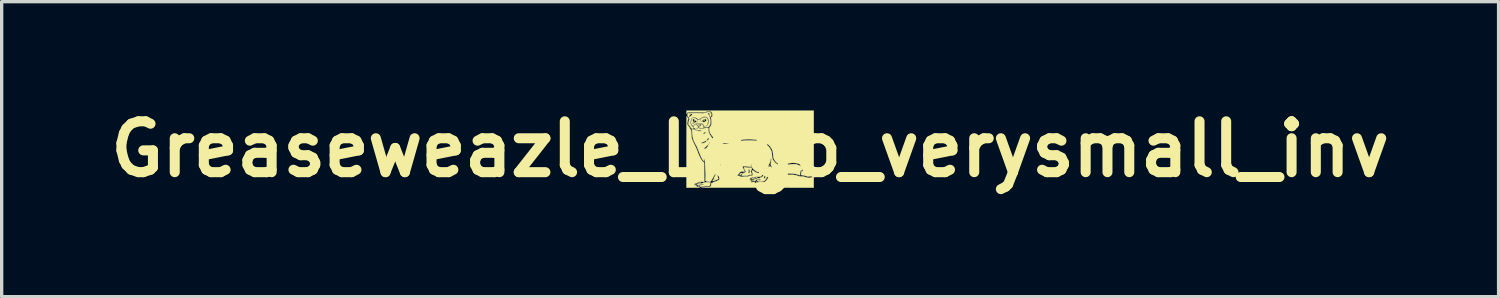
<source format=kicad_pcb>
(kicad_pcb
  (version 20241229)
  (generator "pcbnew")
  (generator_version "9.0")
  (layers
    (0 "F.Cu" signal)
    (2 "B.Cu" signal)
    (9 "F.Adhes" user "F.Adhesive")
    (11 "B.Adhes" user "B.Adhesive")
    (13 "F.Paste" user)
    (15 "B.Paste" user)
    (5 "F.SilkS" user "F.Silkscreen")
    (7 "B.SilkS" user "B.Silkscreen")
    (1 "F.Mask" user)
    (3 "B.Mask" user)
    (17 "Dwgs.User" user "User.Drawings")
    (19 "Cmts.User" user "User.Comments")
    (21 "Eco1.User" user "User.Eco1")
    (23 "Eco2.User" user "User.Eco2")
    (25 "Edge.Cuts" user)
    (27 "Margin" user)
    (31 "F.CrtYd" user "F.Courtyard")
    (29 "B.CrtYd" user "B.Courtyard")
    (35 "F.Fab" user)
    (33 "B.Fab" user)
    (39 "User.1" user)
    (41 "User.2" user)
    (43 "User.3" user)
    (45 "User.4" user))
  (footprint "Greaseweazle_Logo_verysmall_inv"
    (layer "F.Cu")
    (at 19.42 1.418)
    (property "Reference" "Greaseweazle_Logo_verysmall_inv" (at 0 0 0) (layer "F.SilkS") (effects (font (size 1.524 1.524) (thickness 0.3))))
    (attr through_hole)
    (fp_poly (pts (xy 0.188 0.957) (xy 0.192 0.961) (xy 0.191 0.964) (xy 0.188 0.967) (xy 0.179 0.968) (xy 0.173 0.966) (xy 0.171 0.962) (xy 0.173 0.957) (xy 0.179 0.956) (xy 0.181 0.956) (xy 0.188 0.957)) (stroke (width 0.01) (type solid)) (fill yes) (layer "F.SilkS"))
    (fp_poly (pts (xy -0.263 0.798) (xy -0.26 0.802) (xy -0.263 0.806) (xy -0.267 0.808) (xy -0.275 0.809) (xy -0.279 0.808) (xy -0.279 0.804) (xy -0.279 0.803) (xy -0.278 0.799) (xy -0.272 0.797) (xy -0.27 0.797) (xy -0.263 0.798)) (stroke (width 0.01) (type solid)) (fill yes) (layer "F.SilkS"))
    (fp_poly (pts (xy 0.082 0.943) (xy 0.086 0.949) (xy 0.086 0.951) (xy 0.083 0.953) (xy 0.074 0.957) (xy 0.064 0.96) (xy 0.059 0.961) (xy 0.058 0.959) (xy 0.059 0.954) (xy 0.063 0.945) (xy 0.069 0.94) (xy 0.075 0.94) (xy 0.082 0.943)) (stroke (width 0.01) (type solid)) (fill yes) (layer "F.SilkS"))
    (fp_poly (pts (xy -1.369 -0.863) (xy -1.365 -0.86) (xy -1.365 -0.859) (xy -1.368 -0.854) (xy -1.374 -0.85) (xy -1.381 -0.847) (xy -1.387 -0.847) (xy -1.39 -0.851) (xy -1.391 -0.856) (xy -1.39 -0.861) (xy -1.387 -0.863) (xy -1.379 -0.864) (xy -1.378 -0.864) (xy -1.369 -0.863)) (stroke (width 0.01) (type solid)) (fill yes) (layer "F.SilkS"))
    (fp_poly (pts (xy -1.668 -0.85) (xy -1.661 -0.848) (xy -1.657 -0.845) (xy -1.657 -0.844) (xy -1.661 -0.841) (xy -1.668 -0.838) (xy -1.669 -0.837) (xy -1.676 -0.834) (xy -1.681 -0.835) (xy -1.684 -0.836) (xy -1.689 -0.842) (xy -1.688 -0.847) (xy -1.682 -0.85) (xy -1.677 -0.851) (xy -1.668 -0.85)) (stroke (width 0.01) (type solid)) (fill yes) (layer "F.SilkS"))
    (fp_poly (pts (xy -1.611 1.04) (xy -1.61 1.047) (xy -1.61 1.048) (xy -1.61 1.054) (xy -1.613 1.057) (xy -1.62 1.057) (xy -1.622 1.057) (xy -1.63 1.057) (xy -1.635 1.055) (xy -1.635 1.055) (xy -1.633 1.05) (xy -1.627 1.044) (xy -1.62 1.04) (xy -1.615 1.038) (xy -1.611 1.04)) (stroke (width 0.01) (type solid)) (fill yes) (layer "F.SilkS"))
    (fp_poly (pts (xy -1.492 1.002) (xy -1.484 1.004) (xy -1.477 1.006) (xy -1.476 1.009) (xy -1.481 1.011) (xy -1.493 1.013) (xy -1.503 1.014) (xy -1.514 1.014) (xy -1.52 1.014) (xy -1.523 1.013) (xy -1.524 1.01) (xy -1.521 1.006) (xy -1.514 1.003) (xy -1.503 1.002) (xy -1.492 1.002)) (stroke (width 0.01) (type solid)) (fill yes) (layer "F.SilkS"))
    (fp_poly (pts (xy -0.322 0.761) (xy -0.319 0.766) (xy -0.318 0.769) (xy -0.318 0.776) (xy -0.322 0.778) (xy -0.323 0.778) (xy -0.331 0.778) (xy -0.34 0.78) (xy -0.347 0.781) (xy -0.349 0.779) (xy -0.348 0.774) (xy -0.348 0.774) (xy -0.343 0.764) (xy -0.337 0.76) (xy -0.329 0.759) (xy -0.322 0.761)) (stroke (width 0.01) (type solid)) (fill yes) (layer "F.SilkS"))
    (fp_poly (pts (xy 0.037 0.883) (xy 0.036 0.889) (xy 0.036 0.891) (xy 0.035 0.9) (xy 0.033 0.904) (xy 0.029 0.906) (xy 0.022 0.907) (xy 0.015 0.908) (xy 0.013 0.906) (xy 0.014 0.901) (xy 0.014 0.9) (xy 0.019 0.889) (xy 0.026 0.883) (xy 0.031 0.881) (xy 0.035 0.88) (xy 0.037 0.883)) (stroke (width 0.01) (type solid)) (fill yes) (layer "F.SilkS"))
    (fp_poly (pts (xy -1.515 1.09) (xy -1.515 1.094) (xy -1.518 1.1) (xy -1.523 1.107) (xy -1.528 1.112) (xy -1.53 1.112) (xy -1.536 1.114) (xy -1.546 1.115) (xy -1.553 1.116) (xy -1.564 1.117) (xy -1.57 1.117) (xy -1.572 1.115) (xy -1.572 1.114) (xy -1.57 1.107) (xy -1.563 1.101) (xy -1.551 1.097) (xy -1.54 1.094) (xy -1.529 1.092) (xy -1.52 1.09) (xy -1.516 1.09) (xy -1.515 1.09)) (stroke (width 0.01) (type solid)) (fill yes) (layer "F.SilkS"))
    (fp_poly (pts (xy -0.23 0.716) (xy -0.229 0.717) (xy -0.211 0.719) (xy -0.226 0.724) (xy -0.238 0.731) (xy -0.251 0.74) (xy -0.262 0.751) (xy -0.271 0.762) (xy -0.273 0.768) (xy -0.277 0.775) (xy -0.283 0.778) (xy -0.286 0.778) (xy -0.293 0.776) (xy -0.296 0.771) (xy -0.299 0.755) (xy -0.297 0.74) (xy -0.292 0.728) (xy -0.285 0.721) (xy -0.276 0.718) (xy -0.262 0.716) (xy -0.246 0.715) (xy -0.23 0.716)) (stroke (width 0.01) (type solid)) (fill yes) (layer "F.SilkS"))
    (fp_poly (pts (xy -1.581 -0.744) (xy -1.568 -0.744) (xy -1.553 -0.744) (xy -1.541 -0.744) (xy -1.522 -0.743) (xy -1.508 -0.743) (xy -1.499 -0.742) (xy -1.493 -0.741) (xy -1.49 -0.74) (xy -1.489 -0.738) (xy -1.489 -0.735) (xy -1.492 -0.726) (xy -1.5 -0.718) (xy -1.513 -0.71) (xy -1.528 -0.705) (xy -1.54 -0.704) (xy -1.551 -0.703) (xy -1.559 -0.703) (xy -1.565 -0.706) (xy -1.573 -0.711) (xy -1.575 -0.713) (xy -1.586 -0.723) (xy -1.591 -0.732) (xy -1.592 -0.734) (xy -1.593 -0.741) (xy -1.593 -0.744) (xy -1.593 -0.744) (xy -1.59 -0.744) (xy -1.581 -0.744)) (stroke (width 0.01) (type solid)) (fill yes) (layer "F.SilkS"))
    (fp_poly (pts (xy 0.215 0.843) (xy 0.215 0.846) (xy 0.212 0.851) (xy 0.203 0.856) (xy 0.19 0.861) (xy 0.175 0.866) (xy 0.159 0.871) (xy 0.143 0.874) (xy 0.128 0.876) (xy 0.123 0.876) (xy 0.107 0.878) (xy 0.091 0.885) (xy 0.073 0.897) (xy 0.064 0.903) (xy 0.06 0.904) (xy 0.058 0.902) (xy 0.059 0.896) (xy 0.065 0.878) (xy 0.073 0.865) (xy 0.083 0.858) (xy 0.091 0.855) (xy 0.099 0.855) (xy 0.111 0.855) (xy 0.125 0.857) (xy 0.129 0.857) (xy 0.142 0.859) (xy 0.151 0.86) (xy 0.158 0.859) (xy 0.166 0.857) (xy 0.175 0.853) (xy 0.187 0.848) (xy 0.198 0.844) (xy 0.205 0.842) (xy 0.213 0.842) (xy 0.215 0.843)) (stroke (width 0.01) (type solid)) (fill yes) (layer "F.SilkS"))
    (fp_poly (pts (xy -1.001 0.72) (xy -0.999 0.728) (xy -0.997 0.734) (xy -0.995 0.743) (xy -0.991 0.757) (xy -0.986 0.773) (xy -0.98 0.791) (xy -0.978 0.799) (xy -0.971 0.82) (xy -0.965 0.84) (xy -0.96 0.858) (xy -0.956 0.873) (xy -0.953 0.884) (xy -0.953 0.89) (xy -0.955 0.892) (xy -0.957 0.892) (xy -0.962 0.895) (xy -0.966 0.899) (xy -0.97 0.902) (xy -0.98 0.908) (xy -0.994 0.914) (xy -1.01 0.922) (xy -1.029 0.929) (xy -1.048 0.937) (xy -1.066 0.944) (xy -1.084 0.949) (xy -1.099 0.954) (xy -1.11 0.957) (xy -1.11 0.957) (xy -1.117 0.958) (xy -1.12 0.956) (xy -1.121 0.95) (xy -1.119 0.942) (xy -1.116 0.932) (xy -1.112 0.924) (xy -1.103 0.906) (xy -1.08 0.907) (xy -1.069 0.906) (xy -1.061 0.906) (xy -1.057 0.904) (xy -1.057 0.904) (xy -1.06 0.899) (xy -1.066 0.893) (xy -1.074 0.888) (xy -1.081 0.886) (xy -1.081 0.886) (xy -1.085 0.886) (xy -1.089 0.885) (xy -1.09 0.882) (xy -1.09 0.878) (xy -1.087 0.871) (xy -1.083 0.861) (xy -1.076 0.847) (xy -1.066 0.829) (xy -1.053 0.807) (xy -1.048 0.797) (xy -1.038 0.78) (xy -1.029 0.763) (xy -1.021 0.749) (xy -1.015 0.738) (xy -1.012 0.733) (xy -1.008 0.724) (xy -1.004 0.719) (xy -1.003 0.718) (xy -1.001 0.72)) (stroke (width 0.01) (type solid)) (fill yes) (layer "F.SilkS"))
    (fp_poly (pts (xy 1.628 0.549) (xy 1.637 0.558) (xy 1.649 0.571) (xy 1.652 0.576) (xy 1.665 0.591) (xy 1.676 0.603) (xy 1.687 0.612) (xy 1.698 0.619) (xy 1.7 0.62) (xy 1.719 0.633) (xy 1.737 0.649) (xy 1.756 0.668) (xy 1.775 0.692) (xy 1.796 0.721) (xy 1.805 0.735) (xy 1.816 0.752) (xy 1.826 0.767) (xy 1.834 0.78) (xy 1.839 0.789) (xy 1.841 0.795) (xy 1.841 0.795) (xy 1.838 0.8) (xy 1.83 0.805) (xy 1.816 0.81) (xy 1.797 0.814) (xy 1.774 0.817) (xy 1.759 0.818) (xy 1.746 0.819) (xy 1.734 0.82) (xy 1.727 0.82) (xy 1.726 0.82) (xy 1.72 0.818) (xy 1.71 0.816) (xy 1.697 0.812) (xy 1.681 0.807) (xy 1.674 0.805) (xy 1.643 0.796) (xy 1.615 0.788) (xy 1.589 0.783) (xy 1.567 0.779) (xy 1.551 0.778) (xy 1.55 0.778) (xy 1.533 0.778) (xy 1.527 0.763) (xy 1.523 0.754) (xy 1.522 0.749) (xy 1.523 0.744) (xy 1.526 0.738) (xy 1.529 0.732) (xy 1.531 0.724) (xy 1.531 0.713) (xy 1.531 0.701) (xy 1.53 0.674) (xy 1.546 0.668) (xy 1.56 0.662) (xy 1.571 0.653) (xy 1.571 0.652) (xy 1.576 0.646) (xy 1.58 0.64) (xy 1.582 0.632) (xy 1.584 0.621) (xy 1.586 0.61) (xy 1.589 0.6) (xy 1.593 0.594) (xy 1.599 0.59) (xy 1.609 0.583) (xy 1.614 0.575) (xy 1.616 0.564) (xy 1.616 0.557) (xy 1.617 0.549) (xy 1.619 0.544) (xy 1.622 0.544) (xy 1.628 0.549)) (stroke (width 0.01) (type solid)) (fill yes) (layer "F.SilkS"))
    (fp_poly (pts (xy -1.298 0.991) (xy -1.275 0.992) (xy -1.267 0.992) (xy -1.246 0.992) (xy -1.228 0.993) (xy -1.212 0.993) (xy -1.2 0.994) (xy -1.193 0.994) (xy -1.192 0.995) (xy -1.192 0.998) (xy -1.192 1.007) (xy -1.193 1.019) (xy -1.194 1.03) (xy -1.197 1.057) (xy -1.203 1.077) (xy -1.211 1.093) (xy -1.221 1.103) (xy -1.234 1.108) (xy -1.251 1.109) (xy -1.272 1.105) (xy -1.279 1.103) (xy -1.299 1.098) (xy -1.323 1.106) (xy -1.336 1.111) (xy -1.349 1.113) (xy -1.363 1.116) (xy -1.381 1.117) (xy -1.391 1.118) (xy -1.41 1.119) (xy -1.431 1.121) (xy -1.451 1.123) (xy -1.466 1.125) (xy -1.479 1.126) (xy -1.491 1.128) (xy -1.499 1.128) (xy -1.501 1.128) (xy -1.505 1.124) (xy -1.505 1.118) (xy -1.502 1.111) (xy -1.499 1.108) (xy -1.495 1.105) (xy -1.493 1.098) (xy -1.492 1.089) (xy -1.492 1.073) (xy -1.472 1.075) (xy -1.457 1.075) (xy -1.441 1.074) (xy -1.426 1.072) (xy -1.413 1.069) (xy -1.405 1.065) (xy -1.404 1.064) (xy -1.397 1.058) (xy -1.392 1.055) (xy -1.388 1.052) (xy -1.389 1.049) (xy -1.392 1.047) (xy -1.396 1.044) (xy -1.401 1.044) (xy -1.41 1.046) (xy -1.412 1.047) (xy -1.422 1.049) (xy -1.436 1.051) (xy -1.451 1.053) (xy -1.46 1.054) (xy -1.48 1.056) (xy -1.495 1.059) (xy -1.509 1.063) (xy -1.514 1.065) (xy -1.542 1.074) (xy -1.558 1.076) (xy -1.581 1.077) (xy -1.581 1.061) (xy -1.58 1.049) (xy -1.577 1.041) (xy -1.574 1.037) (xy -1.571 1.035) (xy -1.568 1.033) (xy -1.564 1.031) (xy -1.558 1.03) (xy -1.549 1.03) (xy -1.535 1.029) (xy -1.517 1.028) (xy -1.5 1.028) (xy -1.48 1.027) (xy -1.461 1.026) (xy -1.446 1.025) (xy -1.435 1.025) (xy -1.428 1.024) (xy -1.428 1.024) (xy -1.422 1.019) (xy -1.417 1.012) (xy -1.412 1.006) (xy -1.405 1.003) (xy -1.402 1.003) (xy -1.394 1.003) (xy -1.382 1) (xy -1.369 0.997) (xy -1.367 0.997) (xy -1.358 0.995) (xy -1.349 0.993) (xy -1.34 0.992) (xy -1.329 0.992) (xy -1.316 0.991) (xy -1.298 0.991)) (stroke (width 0.01) (type solid)) (fill yes) (layer "F.SilkS"))
    (fp_poly (pts (xy -0.159 0.54) (xy -0.147 0.542) (xy -0.131 0.544) (xy -0.116 0.547) (xy -0.095 0.55) (xy -0.07 0.552) (xy -0.045 0.553) (xy -0.02 0.554) (xy 0.002 0.553) (xy 0.02 0.552) (xy 0.024 0.552) (xy 0.04 0.549) (xy 0.047 0.571) (xy 0.051 0.586) (xy 0.052 0.596) (xy 0.05 0.605) (xy 0.045 0.614) (xy 0.044 0.616) (xy 0.04 0.623) (xy 0.035 0.634) (xy 0.03 0.647) (xy 0.029 0.65) (xy 0.019 0.675) (xy 0.032 0.7) (xy 0.039 0.716) (xy 0.044 0.729) (xy 0.045 0.741) (xy 0.046 0.742) (xy 0.045 0.753) (xy 0.043 0.76) (xy 0.039 0.765) (xy 0.03 0.768) (xy 0.017 0.769) (xy 0.004 0.769) (xy -0.01 0.77) (xy -0.021 0.771) (xy -0.03 0.773) (xy -0.04 0.776) (xy -0.053 0.782) (xy -0.059 0.785) (xy -0.074 0.791) (xy -0.084 0.795) (xy -0.091 0.797) (xy -0.097 0.798) (xy -0.104 0.797) (xy -0.109 0.796) (xy -0.12 0.795) (xy -0.135 0.795) (xy -0.155 0.795) (xy -0.176 0.796) (xy -0.198 0.797) (xy -0.216 0.799) (xy -0.227 0.8) (xy -0.233 0.799) (xy -0.237 0.797) (xy -0.239 0.793) (xy -0.244 0.783) (xy -0.244 0.771) (xy -0.242 0.761) (xy -0.238 0.756) (xy -0.232 0.752) (xy -0.222 0.747) (xy -0.21 0.743) (xy -0.205 0.741) (xy -0.189 0.736) (xy -0.178 0.731) (xy -0.174 0.727) (xy -0.175 0.724) (xy -0.18 0.723) (xy -0.19 0.722) (xy -0.199 0.723) (xy -0.206 0.724) (xy -0.209 0.722) (xy -0.21 0.718) (xy -0.209 0.715) (xy -0.206 0.713) (xy -0.199 0.712) (xy -0.188 0.71) (xy -0.186 0.71) (xy -0.167 0.708) (xy -0.164 0.707) (xy -0.054 0.707) (xy -0.051 0.715) (xy -0.05 0.717) (xy -0.044 0.719) (xy -0.036 0.72) (xy -0.035 0.72) (xy -0.029 0.719) (xy -0.025 0.717) (xy -0.021 0.711) (xy -0.017 0.701) (xy -0.017 0.7) (xy -0.012 0.683) (xy -0.01 0.667) (xy -0.012 0.649) (xy -0.017 0.629) (xy -0.017 0.627) (xy -0.024 0.602) (xy -0.035 0.603) (xy -0.043 0.604) (xy -0.047 0.605) (xy -0.047 0.605) (xy -0.047 0.608) (xy -0.047 0.616) (xy -0.046 0.628) (xy -0.045 0.635) (xy -0.044 0.651) (xy -0.044 0.662) (xy -0.045 0.671) (xy -0.048 0.679) (xy -0.048 0.68) (xy -0.053 0.694) (xy -0.054 0.707) (xy -0.164 0.707) (xy -0.152 0.703) (xy -0.142 0.695) (xy -0.136 0.688) (xy -0.132 0.678) (xy -0.131 0.668) (xy -0.134 0.658) (xy -0.142 0.646) (xy -0.145 0.641) (xy -0.153 0.63) (xy -0.16 0.619) (xy -0.165 0.611) (xy -0.165 0.61) (xy -0.169 0.603) (xy -0.173 0.6) (xy -0.173 0.6) (xy -0.176 0.597) (xy -0.178 0.589) (xy -0.18 0.577) (xy -0.181 0.563) (xy -0.181 0.553) (xy -0.181 0.54) (xy -0.168 0.54) (xy -0.159 0.54)) (stroke (width 0.01) (type solid)) (fill yes) (layer "F.SilkS"))
    (fp_poly (pts (xy -1.9 -0.984) (xy -1.9 -0.983) (xy -1.896 -0.972) (xy -1.891 -0.963) (xy -1.882 -0.955) (xy -1.879 -0.952) (xy -1.866 -0.939) (xy -1.857 -0.925) (xy -1.853 -0.911) (xy -1.853 -0.901) (xy -1.855 -0.892) (xy -1.86 -0.881) (xy -1.864 -0.873) (xy -1.869 -0.862) (xy -1.872 -0.851) (xy -1.873 -0.838) (xy -1.873 -0.834) (xy -1.875 -0.811) (xy -1.88 -0.793) (xy -1.884 -0.778) (xy -1.885 -0.765) (xy -1.884 -0.752) (xy -1.878 -0.738) (xy -1.87 -0.723) (xy -1.857 -0.705) (xy -1.846 -0.692) (xy -1.835 -0.678) (xy -1.825 -0.662) (xy -1.816 -0.648) (xy -1.811 -0.639) (xy -1.805 -0.628) (xy -1.801 -0.619) (xy -1.797 -0.615) (xy -1.797 -0.614) (xy -1.793 -0.609) (xy -1.787 -0.6) (xy -1.782 -0.587) (xy -1.776 -0.573) (xy -1.772 -0.559) (xy -1.772 -0.558) (xy -1.768 -0.544) (xy -1.766 -0.53) (xy -1.763 -0.514) (xy -1.761 -0.497) (xy -1.759 -0.475) (xy -1.758 -0.45) (xy -1.756 -0.419) (xy -1.755 -0.412) (xy -1.754 -0.389) (xy -1.753 -0.37) (xy -1.752 -0.356) (xy -1.751 -0.344) (xy -1.749 -0.335) (xy -1.747 -0.326) (xy -1.745 -0.317) (xy -1.741 -0.307) (xy -1.741 -0.306) (xy -1.734 -0.287) (xy -1.726 -0.267) (xy -1.716 -0.244) (xy -1.704 -0.218) (xy -1.691 -0.189) (xy -1.675 -0.156) (xy -1.656 -0.119) (xy -1.649 -0.104) (xy -1.635 -0.075) (xy -1.623 -0.05) (xy -1.613 -0.028) (xy -1.604 -0.008) (xy -1.595 0.013) (xy -1.586 0.036) (xy -1.577 0.061) (xy -1.573 0.072) (xy -1.551 0.131) (xy -1.529 0.184) (xy -1.507 0.232) (xy -1.485 0.274) (xy -1.464 0.31) (xy -1.443 0.34) (xy -1.422 0.364) (xy -1.403 0.381) (xy -1.398 0.384) (xy -1.394 0.386) (xy -1.391 0.389) (xy -1.388 0.392) (xy -1.386 0.396) (xy -1.384 0.401) (xy -1.382 0.408) (xy -1.381 0.417) (xy -1.379 0.429) (xy -1.379 0.443) (xy -1.378 0.461) (xy -1.377 0.482) (xy -1.377 0.507) (xy -1.377 0.537) (xy -1.376 0.572) (xy -1.376 0.612) (xy -1.376 0.657) (xy -1.376 0.686) (xy -1.376 0.727) (xy -1.375 0.766) (xy -1.375 0.804) (xy -1.375 0.838) (xy -1.374 0.87) (xy -1.374 0.898) (xy -1.373 0.921) (xy -1.373 0.94) (xy -1.372 0.955) (xy -1.372 0.963) (xy -1.372 0.966) (xy -1.37 0.971) (xy -1.373 0.974) (xy -1.379 0.976) (xy -1.381 0.976) (xy -1.387 0.977) (xy -1.399 0.977) (xy -1.415 0.977) (xy -1.434 0.978) (xy -1.454 0.978) (xy -1.457 0.978) (xy -1.521 0.978) (xy -1.554 0.995) (xy -1.575 1.006) (xy -1.592 1.013) (xy -1.609 1.017) (xy -1.612 1.018) (xy -1.625 1.021) (xy -1.637 1.024) (xy -1.645 1.028) (xy -1.646 1.028) (xy -1.656 1.037) (xy -1.664 1.05) (xy -1.667 1.065) (xy -1.667 1.067) (xy -1.666 1.075) (xy -1.663 1.079) (xy -1.657 1.081) (xy -1.646 1.082) (xy -1.637 1.083) (xy -1.622 1.085) (xy -1.611 1.091) (xy -1.604 1.102) (xy -1.599 1.117) (xy -1.595 1.13) (xy -1.588 1.137) (xy -1.577 1.14) (xy -1.571 1.14) (xy -1.562 1.14) (xy -1.55 1.142) (xy -1.537 1.144) (xy -1.525 1.146) (xy -1.514 1.148) (xy -1.507 1.15) (xy -1.506 1.151) (xy -1.508 1.151) (xy -1.517 1.151) (xy -1.531 1.152) (xy -1.55 1.152) (xy -1.572 1.152) (xy -1.599 1.152) (xy -1.629 1.152) (xy -1.661 1.152) (xy -1.696 1.153) (xy -1.704 1.153) (xy -1.905 1.153) (xy -1.905 0.075) (xy -1.905 -0.023) (xy -1.905 -0.116) (xy -1.905 -0.202) (xy -1.905 -0.283) (xy -1.904 -0.358) (xy -1.904 -0.428) (xy -1.904 -0.493) (xy -1.904 -0.552) (xy -1.904 -0.607) (xy -1.904 -0.657) (xy -1.904 -0.703) (xy -1.904 -0.744) (xy -1.904 -0.782) (xy -1.904 -0.815) (xy -1.904 -0.845) (xy -1.903 -0.871) (xy -1.903 -0.894) (xy -1.903 -0.914) (xy -1.903 -0.931) (xy -1.903 -0.946) (xy -1.902 -0.957) (xy -1.902 -0.967) (xy -1.902 -0.974) (xy -1.901 -0.979) (xy -1.901 -0.983) (xy -1.901 -0.984) (xy -1.9 -0.985) (xy -1.9 -0.984)) (stroke (width 0.01) (type solid)) (fill yes) (layer "F.SilkS"))
    (fp_poly (pts (xy -1.349 -0.952) (xy -1.336 -0.951) (xy -1.326 -0.949) (xy -1.318 -0.946) (xy -1.311 -0.941) (xy -1.293 -0.925) (xy -1.279 -0.904) (xy -1.269 -0.88) (xy -1.262 -0.852) (xy -1.261 -0.843) (xy -1.261 -0.829) (xy -1.262 -0.818) (xy -1.265 -0.805) (xy -1.268 -0.795) (xy -1.273 -0.78) (xy -1.277 -0.764) (xy -1.281 -0.75) (xy -1.281 -0.75) (xy -1.284 -0.739) (xy -1.288 -0.73) (xy -1.294 -0.722) (xy -1.303 -0.713) (xy -1.315 -0.702) (xy -1.324 -0.696) (xy -1.333 -0.694) (xy -1.344 -0.692) (xy -1.356 -0.689) (xy -1.358 -0.689) (xy -1.366 -0.687) (xy -1.372 -0.686) (xy -1.373 -0.686) (xy -1.375 -0.688) (xy -1.379 -0.695) (xy -1.384 -0.706) (xy -1.386 -0.709) (xy -1.399 -0.733) (xy -1.414 -0.751) (xy -1.429 -0.763) (xy -1.433 -0.766) (xy -1.444 -0.769) (xy -1.455 -0.771) (xy -1.464 -0.771) (xy -1.469 -0.769) (xy -1.47 -0.767) (xy -1.471 -0.764) (xy -1.476 -0.764) (xy -1.482 -0.765) (xy -1.491 -0.767) (xy -1.505 -0.768) (xy -1.523 -0.768) (xy -1.543 -0.768) (xy -1.563 -0.768) (xy -1.583 -0.767) (xy -1.602 -0.766) (xy -1.609 -0.765) (xy -1.635 -0.761) (xy -1.656 -0.754) (xy -1.671 -0.744) (xy -1.681 -0.732) (xy -1.685 -0.722) (xy -1.688 -0.713) (xy -1.693 -0.707) (xy -1.701 -0.702) (xy -1.704 -0.698) (xy -1.71 -0.693) (xy -1.713 -0.693) (xy -1.714 -0.698) (xy -1.713 -0.7) (xy -1.713 -0.706) (xy -1.716 -0.711) (xy -1.722 -0.714) (xy -1.73 -0.719) (xy -1.736 -0.721) (xy -1.737 -0.721) (xy -1.744 -0.724) (xy -1.75 -0.732) (xy -1.754 -0.744) (xy -1.754 -0.744) (xy -1.757 -0.755) (xy -1.762 -0.767) (xy -1.764 -0.772) (xy -1.771 -0.788) (xy -1.773 -0.8) (xy -1.727 -0.8) (xy -1.727 -0.792) (xy -1.726 -0.788) (xy -1.724 -0.777) (xy -1.718 -0.768) (xy -1.715 -0.764) (xy -1.707 -0.758) (xy -1.701 -0.756) (xy -1.695 -0.757) (xy -1.692 -0.759) (xy -1.687 -0.765) (xy -1.687 -0.772) (xy -1.691 -0.781) (xy -1.698 -0.79) (xy -1.708 -0.797) (xy -1.718 -0.802) (xy -1.724 -0.803) (xy -1.727 -0.8) (xy -1.773 -0.8) (xy -1.774 -0.802) (xy -1.772 -0.816) (xy -1.767 -0.832) (xy -1.766 -0.834) (xy -1.758 -0.857) (xy -1.756 -0.867) (xy -1.722 -0.867) (xy -1.721 -0.859) (xy -1.718 -0.853) (xy -1.714 -0.842) (xy -1.71 -0.829) (xy -1.71 -0.824) (xy -1.708 -0.814) (xy -1.704 -0.806) (xy -1.697 -0.8) (xy -1.696 -0.799) (xy -1.688 -0.794) (xy -1.679 -0.791) (xy -1.667 -0.791) (xy -1.657 -0.791) (xy -1.65 -0.793) (xy -1.645 -0.797) (xy -1.642 -0.8) (xy -1.633 -0.81) (xy -1.621 -0.804) (xy -1.613 -0.801) (xy -1.609 -0.801) (xy -1.606 -0.803) (xy -1.606 -0.803) (xy -1.604 -0.811) (xy -1.605 -0.821) (xy -1.609 -0.832) (xy -1.611 -0.837) (xy -1.617 -0.843) (xy -1.626 -0.851) (xy -1.632 -0.855) (xy -1.641 -0.86) (xy -1.646 -0.865) (xy -1.648 -0.867) (xy -1.651 -0.869) (xy -1.658 -0.871) (xy -1.665 -0.872) (xy -1.675 -0.873) (xy -1.682 -0.875) (xy -1.685 -0.877) (xy -1.683 -0.88) (xy -1.677 -0.884) (xy -1.675 -0.885) (xy -1.667 -0.889) (xy -1.664 -0.894) (xy -1.664 -0.9) (xy -1.666 -0.907) (xy -1.67 -0.91) (xy -1.676 -0.911) (xy -1.692 -0.909) (xy -1.705 -0.902) (xy -1.715 -0.89) (xy -1.721 -0.876) (xy -1.722 -0.867) (xy -1.756 -0.867) (xy -1.753 -0.882) (xy -1.753 -0.885) (xy -1.75 -0.902) (xy -1.746 -0.915) (xy -1.74 -0.924) (xy -1.731 -0.931) (xy -1.717 -0.935) (xy -1.698 -0.939) (xy -1.693 -0.939) (xy -1.682 -0.941) (xy -1.673 -0.941) (xy -1.666 -0.939) (xy -1.658 -0.935) (xy -1.654 -0.933) (xy -1.644 -0.927) (xy -1.63 -0.919) (xy -1.616 -0.91) (xy -1.607 -0.904) (xy -1.594 -0.895) (xy -1.585 -0.889) (xy -1.581 -0.884) (xy -1.58 -0.881) (xy -1.58 -0.88) (xy -1.581 -0.875) (xy -1.582 -0.865) (xy -1.583 -0.852) (xy -1.584 -0.839) (xy -1.584 -0.823) (xy -1.584 -0.813) (xy -1.583 -0.807) (xy -1.582 -0.804) (xy -1.58 -0.803) (xy -1.574 -0.806) (xy -1.57 -0.813) (xy -1.567 -0.827) (xy -1.565 -0.846) (xy -1.565 -0.846) (xy -1.564 -0.874) (xy -1.543 -0.878) (xy -1.53 -0.881) (xy -1.519 -0.884) (xy -1.512 -0.887) (xy -1.505 -0.891) (xy -1.501 -0.892) (xy -1.5 -0.892) (xy -1.5 -0.889) (xy -1.499 -0.881) (xy -1.499 -0.87) (xy -1.499 -0.864) (xy -1.498 -0.844) (xy -1.496 -0.83) (xy -1.492 -0.82) (xy -1.488 -0.816) (xy -1.487 -0.816) (xy -1.485 -0.817) (xy -1.484 -0.821) (xy -1.483 -0.827) (xy -1.456 -0.827) (xy -1.456 -0.823) (xy -1.451 -0.817) (xy -1.444 -0.816) (xy -1.435 -0.818) (xy -1.427 -0.824) (xy -1.42 -0.831) (xy -1.411 -0.82) (xy -1.404 -0.813) (xy -1.398 -0.808) (xy -1.396 -0.807) (xy -1.386 -0.806) (xy -1.374 -0.808) (xy -1.363 -0.812) (xy -1.357 -0.817) (xy -1.349 -0.825) (xy -1.348 -0.827) (xy -1.341 -0.834) (xy -1.334 -0.838) (xy -1.327 -0.838) (xy -1.314 -0.838) (xy -1.314 -0.862) (xy -1.316 -0.882) (xy -1.319 -0.897) (xy -1.325 -0.906) (xy -1.333 -0.911) (xy -1.338 -0.911) (xy -1.342 -0.909) (xy -1.343 -0.902) (xy -1.343 -0.901) (xy -1.343 -0.89) (xy -1.359 -0.891) (xy -1.373 -0.891) (xy -1.388 -0.888) (xy -1.395 -0.886) (xy -1.407 -0.881) (xy -1.415 -0.876) (xy -1.42 -0.87) (xy -1.424 -0.865) (xy -1.431 -0.854) (xy -1.441 -0.844) (xy -1.445 -0.84) (xy -1.453 -0.833) (xy -1.456 -0.827) (xy -1.483 -0.827) (xy -1.483 -0.829) (xy -1.483 -0.842) (xy -1.483 -0.855) (xy -1.483 -0.871) (xy -1.482 -0.884) (xy -1.482 -0.895) (xy -1.481 -0.901) (xy -1.477 -0.905) (xy -1.469 -0.911) (xy -1.455 -0.92) (xy -1.445 -0.925) (xy -1.422 -0.936) (xy -1.403 -0.944) (xy -1.387 -0.949) (xy -1.371 -0.952) (xy -1.354 -0.952) (xy -1.349 -0.952)) (stroke (width 0.01) (type solid)) (fill yes) (layer "F.SilkS"))
    (fp_poly (pts (xy -1.221 -1.118) (xy -1.208 -1.112) (xy -1.194 -1.102) (xy -1.182 -1.09) (xy -1.171 -1.078) (xy -1.168 -1.072) (xy -1.163 -1.06) (xy -1.161 -1.045) (xy -1.162 -1.029) (xy -1.164 -1.012) (xy -1.167 -0.997) (xy -1.172 -0.984) (xy -1.178 -0.974) (xy -1.185 -0.969) (xy -1.188 -0.968) (xy -1.19 -0.971) (xy -1.193 -0.979) (xy -1.198 -0.99) (xy -1.203 -1.003) (xy -1.209 -1.017) (xy -1.214 -1.031) (xy -1.219 -1.044) (xy -1.222 -1.053) (xy -1.224 -1.058) (xy -1.224 -1.065) (xy -1.22 -1.07) (xy -1.219 -1.07) (xy -1.21 -1.076) (xy -1.205 -1.083) (xy -1.203 -1.088) (xy -1.206 -1.091) (xy -1.213 -1.092) (xy -1.222 -1.09) (xy -1.234 -1.086) (xy -1.247 -1.08) (xy -1.258 -1.072) (xy -1.26 -1.071) (xy -1.267 -1.065) (xy -1.27 -1.059) (xy -1.269 -1.055) (xy -1.266 -1.054) (xy -1.26 -1.051) (xy -1.252 -1.044) (xy -1.244 -1.034) (xy -1.236 -1.021) (xy -1.228 -1.007) (xy -1.225 -1.001) (xy -1.219 -0.983) (xy -1.212 -0.963) (xy -1.206 -0.94) (xy -1.201 -0.917) (xy -1.196 -0.893) (xy -1.191 -0.871) (xy -1.189 -0.851) (xy -1.187 -0.835) (xy -1.187 -0.823) (xy -1.188 -0.82) (xy -1.189 -0.811) (xy -1.19 -0.798) (xy -1.191 -0.784) (xy -1.191 -0.782) (xy -1.192 -0.758) (xy -1.197 -0.74) (xy -1.205 -0.727) (xy -1.208 -0.722) (xy -1.213 -0.712) (xy -1.216 -0.703) (xy -1.221 -0.692) (xy -1.226 -0.683) (xy -1.229 -0.678) (xy -1.235 -0.675) (xy -1.245 -0.671) (xy -1.258 -0.666) (xy -1.266 -0.664) (xy -1.279 -0.66) (xy -1.29 -0.658) (xy -1.3 -0.656) (xy -1.311 -0.656) (xy -1.326 -0.656) (xy -1.341 -0.657) (xy -1.361 -0.657) (xy -1.376 -0.657) (xy -1.385 -0.656) (xy -1.388 -0.654) (xy -1.394 -0.652) (xy -1.401 -0.651) (xy -1.408 -0.649) (xy -1.411 -0.644) (xy -1.412 -0.643) (xy -1.415 -0.636) (xy -1.419 -0.632) (xy -1.429 -0.629) (xy -1.443 -0.629) (xy -1.46 -0.631) (xy -1.479 -0.634) (xy -1.5 -0.639) (xy -1.515 -0.643) (xy -1.53 -0.648) (xy -1.53 -0.663) (xy -1.53 -0.673) (xy -1.528 -0.677) (xy -1.524 -0.68) (xy -1.52 -0.681) (xy -1.511 -0.682) (xy -1.503 -0.683) (xy -1.497 -0.684) (xy -1.495 -0.686) (xy -1.493 -0.689) (xy -1.488 -0.696) (xy -1.48 -0.705) (xy -1.48 -0.705) (xy -1.467 -0.721) (xy -1.459 -0.737) (xy -1.457 -0.749) (xy -1.455 -0.752) (xy -1.449 -0.751) (xy -1.439 -0.745) (xy -1.438 -0.745) (xy -1.429 -0.737) (xy -1.421 -0.728) (xy -1.414 -0.715) (xy -1.408 -0.698) (xy -1.405 -0.688) (xy -1.401 -0.675) (xy -1.398 -0.667) (xy -1.395 -0.662) (xy -1.391 -0.661) (xy -1.389 -0.66) (xy -1.379 -0.662) (xy -1.373 -0.665) (xy -1.372 -0.668) (xy -1.369 -0.671) (xy -1.361 -0.674) (xy -1.355 -0.675) (xy -1.327 -0.683) (xy -1.304 -0.695) (xy -1.284 -0.709) (xy -1.27 -0.725) (xy -1.263 -0.74) (xy -1.254 -0.768) (xy -1.247 -0.791) (xy -1.242 -0.81) (xy -1.239 -0.826) (xy -1.238 -0.841) (xy -1.239 -0.854) (xy -1.241 -0.867) (xy -1.243 -0.872) (xy -1.248 -0.888) (xy -1.256 -0.905) (xy -1.264 -0.921) (xy -1.273 -0.935) (xy -1.282 -0.944) (xy -1.285 -0.947) (xy -1.303 -0.958) (xy -1.316 -0.965) (xy -1.329 -0.97) (xy -1.342 -0.972) (xy -1.358 -0.973) (xy -1.362 -0.973) (xy -1.378 -0.973) (xy -1.39 -0.972) (xy -1.399 -0.969) (xy -1.408 -0.966) (xy -1.418 -0.961) (xy -1.431 -0.954) (xy -1.447 -0.946) (xy -1.464 -0.936) (xy -1.481 -0.927) (xy -1.497 -0.918) (xy -1.509 -0.911) (xy -1.517 -0.906) (xy -1.517 -0.906) (xy -1.529 -0.9) (xy -1.543 -0.898) (xy -1.556 -0.899) (xy -1.567 -0.903) (xy -1.574 -0.909) (xy -1.575 -0.91) (xy -1.581 -0.917) (xy -1.592 -0.925) (xy -1.607 -0.934) (xy -1.624 -0.942) (xy -1.641 -0.95) (xy -1.658 -0.955) (xy -1.673 -0.959) (xy -1.683 -0.96) (xy -1.701 -0.957) (xy -1.72 -0.951) (xy -1.738 -0.941) (xy -1.748 -0.933) (xy -1.757 -0.923) (xy -1.764 -0.912) (xy -1.768 -0.898) (xy -1.772 -0.88) (xy -1.774 -0.865) (xy -1.777 -0.849) (xy -1.782 -0.832) (xy -1.786 -0.82) (xy -1.79 -0.809) (xy -1.792 -0.801) (xy -1.793 -0.794) (xy -1.791 -0.787) (xy -1.791 -0.786) (xy -1.787 -0.775) (xy -1.782 -0.765) (xy -1.781 -0.763) (xy -1.777 -0.754) (xy -1.775 -0.745) (xy -1.775 -0.745) (xy -1.774 -0.738) (xy -1.772 -0.731) (xy -1.767 -0.724) (xy -1.76 -0.714) (xy -1.748 -0.7) (xy -1.747 -0.699) (xy -1.739 -0.689) (xy -1.732 -0.68) (xy -1.728 -0.675) (xy -1.727 -0.673) (xy -1.724 -0.671) (xy -1.717 -0.667) (xy -1.711 -0.665) (xy -1.702 -0.661) (xy -1.697 -0.658) (xy -1.697 -0.654) (xy -1.697 -0.653) (xy -1.698 -0.645) (xy -1.699 -0.635) (xy -1.699 -0.631) (xy -1.699 -0.622) (xy -1.701 -0.617) (xy -1.706 -0.614) (xy -1.712 -0.612) (xy -1.726 -0.607) (xy -1.751 -0.624) (xy -1.764 -0.633) (xy -1.774 -0.642) (xy -1.781 -0.651) (xy -1.785 -0.657) (xy -1.791 -0.668) (xy -1.8 -0.682) (xy -1.809 -0.694) (xy -1.81 -0.695) (xy -1.817 -0.704) (xy -1.823 -0.712) (xy -1.825 -0.717) (xy -1.826 -0.718) (xy -1.828 -0.721) (xy -1.832 -0.722) (xy -1.839 -0.727) (xy -1.844 -0.737) (xy -1.848 -0.75) (xy -1.85 -0.763) (xy -1.849 -0.777) (xy -1.847 -0.787) (xy -1.844 -0.796) (xy -1.842 -0.808) (xy -1.84 -0.822) (xy -1.84 -0.826) (xy -1.838 -0.843) (xy -1.835 -0.856) (xy -1.83 -0.866) (xy -1.824 -0.874) (xy -1.823 -0.875) (xy -1.819 -0.88) (xy -1.817 -0.888) (xy -1.819 -0.899) (xy -1.823 -0.913) (xy -1.829 -0.932) (xy -1.834 -0.945) (xy -1.839 -0.953) (xy -1.843 -0.959) (xy -1.849 -0.963) (xy -1.85 -0.964) (xy -1.862 -0.973) (xy -1.871 -0.987) (xy -1.876 -1.006) (xy -1.877 -1.027) (xy -1.877 -1.045) (xy -1.874 -1.058) (xy -1.871 -1.062) (xy -1.832 -1.062) (xy -1.831 -1.057) (xy -1.829 -1.054) (xy -1.823 -1.051) (xy -1.814 -1.047) (xy -1.799 -1.043) (xy -1.79 -1.04) (xy -1.783 -1.037) (xy -1.781 -1.036) (xy -1.784 -1.033) (xy -1.79 -1.028) (xy -1.796 -1.024) (xy -1.812 -1.012) (xy -1.822 -0.998) (xy -1.826 -0.983) (xy -1.826 -0.981) (xy -1.825 -0.97) (xy -1.823 -0.963) (xy -1.818 -0.961) (xy -1.811 -0.962) (xy -1.803 -0.964) (xy -1.798 -0.969) (xy -1.796 -0.975) (xy -1.793 -0.982) (xy -1.787 -0.988) (xy -1.777 -0.995) (xy -1.771 -0.999) (xy -1.757 -1.008) (xy -1.748 -1.015) (xy -1.742 -1.023) (xy -1.739 -1.032) (xy -1.738 -1.037) (xy -1.736 -1.05) (xy -1.763 -1.06) (xy -1.781 -1.066) (xy -1.795 -1.069) (xy -1.809 -1.071) (xy -1.822 -1.07) (xy -1.829 -1.069) (xy -1.832 -1.066) (xy -1.832 -1.062) (xy -1.871 -1.062) (xy -1.868 -1.067) (xy -1.859 -1.073) (xy -1.854 -1.075) (xy -1.848 -1.076) (xy -1.837 -1.077) (xy -1.821 -1.078) (xy -1.8 -1.078) (xy -1.776 -1.079) (xy -1.749 -1.079) (xy -1.72 -1.079) (xy -1.689 -1.079) (xy -1.657 -1.079) (xy -1.625 -1.079) (xy -1.594 -1.079) (xy -1.564 -1.079) (xy -1.536 -1.079) (xy -1.51 -1.078) (xy -1.487 -1.077) (xy -1.469 -1.077) (xy -1.457 -1.076) (xy -1.438 -1.075) (xy -1.424 -1.074) (xy -1.413 -1.074) (xy -1.403 -1.075) (xy -1.393 -1.077) (xy -1.381 -1.079) (xy -1.368 -1.082) (xy -1.35 -1.087) (xy -1.327 -1.093) (xy -1.305 -1.1) (xy -1.284 -1.106) (xy -1.284 -1.106) (xy -1.268 -1.111) (xy -1.253 -1.116) (xy -1.241 -1.119) (xy -1.234 -1.121) (xy -1.232 -1.121) (xy -1.221 -1.118)) (stroke (width 0.01) (type solid)) (fill yes) (layer "F.SilkS"))
    (fp_poly (pts (xy 1.905 1.153) (xy 0.221 1.152) (xy 0.118 1.152) (xy 0.017 1.152) (xy -0.083 1.152) (xy -0.18 1.152) (xy -0.276 1.152) (xy -0.369 1.152) (xy -0.46 1.152) (xy -0.548 1.152) (xy -0.633 1.152) (xy -0.715 1.152) (xy -0.793 1.152) (xy -0.869 1.152) (xy -0.94 1.152) (xy -1.008 1.152) (xy -1.072 1.152) (xy -1.132 1.152) (xy -1.187 1.152) (xy -1.238 1.151) (xy -1.284 1.151) (xy -1.325 1.151) (xy -1.361 1.151) (xy -1.391 1.151) (xy -1.416 1.151) (xy -1.436 1.151) (xy -1.45 1.151) (xy -1.457 1.151) (xy -1.459 1.151) (xy -1.451 1.149) (xy -1.439 1.148) (xy -1.425 1.146) (xy -1.409 1.146) (xy -1.396 1.145) (xy -1.385 1.146) (xy -1.384 1.146) (xy -1.366 1.147) (xy -1.345 1.143) (xy -1.32 1.135) (xy -1.313 1.132) (xy -1.293 1.124) (xy -1.268 1.132) (xy -1.256 1.136) (xy -1.245 1.138) (xy -1.237 1.14) (xy -1.236 1.14) (xy -1.23 1.138) (xy -1.221 1.134) (xy -1.21 1.128) (xy -1.208 1.127) (xy -1.197 1.121) (xy -1.188 1.117) (xy -1.183 1.115) (xy -1.183 1.114) (xy -1.179 1.111) (xy -1.175 1.103) (xy -1.172 1.09) (xy -1.168 1.074) (xy -1.166 1.055) (xy -1.164 1.044) (xy -1.162 1.026) (xy -1.16 1.014) (xy -1.158 1.008) (xy -1.157 1.006) (xy -1.153 1.009) (xy -1.153 1.011) (xy -1.151 1.014) (xy -1.144 1.016) (xy -1.138 1.016) (xy -1.13 1.016) (xy -1.125 1.014) (xy -1.123 1.009) (xy -1.122 1.006) (xy -1.121 1.002) (xy -1.12 0.999) (xy -1.116 0.996) (xy -1.111 0.993) (xy -1.102 0.99) (xy -1.089 0.986) (xy -1.071 0.981) (xy -1.066 0.979) (xy -1.048 0.973) (xy -1.027 0.965) (xy -1.006 0.957) (xy -0.986 0.948) (xy -0.967 0.939) (xy -0.952 0.93) (xy -0.942 0.924) (xy -0.94 0.922) (xy -0.931 0.913) (xy -0.924 0.903) (xy -0.921 0.892) (xy -0.92 0.879) (xy -0.923 0.863) (xy -0.928 0.843) (xy -0.937 0.818) (xy -0.938 0.816) (xy -0.949 0.787) (xy -0.957 0.762) (xy -0.964 0.741) (xy -0.969 0.723) (xy -0.973 0.706) (xy -0.975 0.689) (xy -0.975 0.688) (xy -0.977 0.676) (xy -0.979 0.666) (xy -0.981 0.661) (xy -0.982 0.66) (xy -0.982 0.658) (xy -0.98 0.652) (xy -0.977 0.647) (xy -0.973 0.637) (xy -0.967 0.624) (xy -0.962 0.61) (xy -0.962 0.61) (xy -0.957 0.597) (xy -0.952 0.589) (xy -0.949 0.586) (xy -0.944 0.587) (xy -0.934 0.589) (xy -0.922 0.591) (xy -0.916 0.592) (xy -0.893 0.595) (xy -0.866 0.596) (xy -0.835 0.597) (xy -0.803 0.596) (xy -0.77 0.594) (xy -0.741 0.591) (xy -0.704 0.587) (xy -0.663 0.585) (xy -0.638 0.584) (xy -0.598 0.584) (xy -0.563 0.583) (xy -0.532 0.582) (xy -0.504 0.58) (xy -0.477 0.577) (xy -0.45 0.573) (xy -0.421 0.569) (xy -0.392 0.564) (xy -0.359 0.558) (xy -0.331 0.553) (xy -0.307 0.549) (xy -0.285 0.546) (xy -0.265 0.544) (xy -0.246 0.542) (xy -0.238 0.542) (xy -0.217 0.541) (xy -0.21 0.565) (xy -0.2 0.595) (xy -0.187 0.622) (xy -0.174 0.644) (xy -0.168 0.654) (xy -0.164 0.661) (xy -0.164 0.666) (xy -0.165 0.67) (xy -0.17 0.674) (xy -0.179 0.676) (xy -0.192 0.675) (xy -0.21 0.671) (xy -0.232 0.668) (xy -0.254 0.669) (xy -0.275 0.675) (xy -0.294 0.684) (xy -0.309 0.696) (xy -0.32 0.711) (xy -0.324 0.72) (xy -0.327 0.729) (xy -0.332 0.733) (xy -0.338 0.735) (xy -0.353 0.741) (xy -0.364 0.751) (xy -0.372 0.766) (xy -0.375 0.785) (xy -0.375 0.788) (xy -0.374 0.796) (xy -0.372 0.8) (xy -0.365 0.802) (xy -0.361 0.803) (xy -0.348 0.805) (xy -0.333 0.805) (xy -0.329 0.805) (xy -0.317 0.804) (xy -0.309 0.806) (xy -0.306 0.81) (xy -0.305 0.818) (xy -0.302 0.825) (xy -0.294 0.829) (xy -0.279 0.831) (xy -0.259 0.831) (xy -0.234 0.829) (xy -0.202 0.825) (xy -0.185 0.822) (xy -0.168 0.82) (xy -0.153 0.818) (xy -0.141 0.817) (xy -0.134 0.817) (xy -0.133 0.817) (xy -0.123 0.819) (xy -0.111 0.821) (xy -0.107 0.822) (xy -0.091 0.823) (xy -0.075 0.821) (xy -0.056 0.815) (xy -0.035 0.806) (xy -0.022 0.8) (xy -0.011 0.796) (xy -0.002 0.794) (xy 0.009 0.794) (xy 0.014 0.794) (xy 0.029 0.793) (xy 0.044 0.792) (xy 0.055 0.79) (xy 0.072 0.787) (xy 0.075 0.758) (xy 0.076 0.744) (xy 0.076 0.734) (xy 0.074 0.726) (xy 0.071 0.718) (xy 0.066 0.707) (xy 0.065 0.704) (xy 0.059 0.691) (xy 0.056 0.681) (xy 0.056 0.672) (xy 0.059 0.662) (xy 0.066 0.649) (xy 0.069 0.644) (xy 0.078 0.628) (xy 0.11 0.653) (xy 0.134 0.67) (xy 0.155 0.684) (xy 0.174 0.694) (xy 0.194 0.703) (xy 0.202 0.705) (xy 0.21 0.708) (xy 0.218 0.71) (xy 0.227 0.711) (xy 0.238 0.712) (xy 0.253 0.712) (xy 0.271 0.712) (xy 0.286 0.713) (xy 0.308 0.713) (xy 0.324 0.713) (xy 0.335 0.713) (xy 0.343 0.714) (xy 0.348 0.715) (xy 0.352 0.717) (xy 0.355 0.719) (xy 0.357 0.721) (xy 0.362 0.726) (xy 0.364 0.731) (xy 0.365 0.738) (xy 0.364 0.748) (xy 0.362 0.761) (xy 0.358 0.776) (xy 0.354 0.788) (xy 0.348 0.801) (xy 0.341 0.81) (xy 0.331 0.816) (xy 0.318 0.819) (xy 0.3 0.821) (xy 0.296 0.822) (xy 0.283 0.823) (xy 0.274 0.824) (xy 0.271 0.826) (xy 0.27 0.828) (xy 0.268 0.831) (xy 0.264 0.83) (xy 0.259 0.829) (xy 0.249 0.828) (xy 0.235 0.827) (xy 0.221 0.826) (xy 0.202 0.826) (xy 0.188 0.826) (xy 0.176 0.827) (xy 0.166 0.829) (xy 0.165 0.83) (xy 0.149 0.833) (xy 0.129 0.835) (xy 0.115 0.835) (xy 0.1 0.835) (xy 0.09 0.836) (xy 0.081 0.838) (xy 0.072 0.841) (xy 0.061 0.846) (xy 0.058 0.848) (xy 0.046 0.853) (xy 0.036 0.858) (xy 0.029 0.86) (xy 0.028 0.86) (xy 0.018 0.862) (xy 0.007 0.867) (xy -0.002 0.873) (xy -0.006 0.878) (xy -0.008 0.886) (xy -0.009 0.897) (xy -0.009 0.909) (xy -0.009 0.921) (xy -0.008 0.93) (xy -0.007 0.933) (xy -0.003 0.936) (xy 0.004 0.936) (xy 0.012 0.935) (xy 0.023 0.934) (xy 0.03 0.932) (xy 0.033 0.932) (xy 0.035 0.932) (xy 0.035 0.936) (xy 0.035 0.944) (xy 0.034 0.954) (xy 0.033 0.972) (xy 0.034 0.985) (xy 0.039 0.992) (xy 0.048 0.994) (xy 0.061 0.992) (xy 0.069 0.989) (xy 0.08 0.986) (xy 0.095 0.985) (xy 0.108 0.984) (xy 0.135 0.984) (xy 0.142 1) (xy 0.147 1.009) (xy 0.151 1.014) (xy 0.156 1.016) (xy 0.16 1.016) (xy 0.169 1.015) (xy 0.175 1.01) (xy 0.18 1.005) (xy 0.188 0.994) (xy 0.218 0.994) (xy 0.235 0.994) (xy 0.253 0.996) (xy 0.267 0.999) (xy 0.267 0.999) (xy 0.276 1.001) (xy 0.283 1.002) (xy 0.292 1.003) (xy 0.302 1.002) (xy 0.315 1.001) (xy 0.332 0.999) (xy 0.35 0.997) (xy 0.368 0.994) (xy 0.383 0.992) (xy 0.395 0.991) (xy 0.396 0.99) (xy 0.408 0.988) (xy 0.421 0.984) (xy 0.433 0.98) (xy 0.443 0.976) (xy 0.45 0.973) (xy 0.451 0.971) (xy 0.453 0.968) (xy 0.459 0.961) (xy 0.467 0.952) (xy 0.478 0.941) (xy 0.48 0.939) (xy 0.494 0.925) (xy 0.506 0.911) (xy 0.516 0.896) (xy 0.526 0.88) (xy 0.537 0.86) (xy 0.548 0.837) (xy 0.555 0.822) (xy 0.563 0.804) (xy 0.569 0.791) (xy 0.574 0.782) (xy 0.58 0.775) (xy 0.586 0.769) (xy 0.594 0.763) (xy 0.599 0.76) (xy 0.614 0.748) (xy 0.627 0.732) (xy 0.638 0.713) (xy 0.646 0.694) (xy 0.65 0.676) (xy 0.649 0.662) (xy 0.645 0.645) (xy 0.636 0.629) (xy 0.622 0.612) (xy 0.61 0.6) (xy 0.595 0.584) (xy 0.585 0.57) (xy 0.58 0.555) (xy 0.578 0.54) (xy 0.578 0.539) (xy 0.578 0.531) (xy 0.58 0.521) (xy 0.583 0.51) (xy 0.585 0.499) (xy 0.588 0.49) (xy 0.59 0.486) (xy 0.59 0.486) (xy 0.592 0.489) (xy 0.597 0.496) (xy 0.603 0.507) (xy 0.61 0.522) (xy 0.618 0.535) (xy 0.643 0.585) (xy 0.675 0.612) (xy 0.688 0.623) (xy 0.702 0.634) (xy 0.715 0.643) (xy 0.724 0.649) (xy 0.752 0.664) (xy 0.782 0.674) (xy 0.81 0.681) (xy 0.832 0.683) (xy 0.841 0.684) (xy 0.853 0.688) (xy 0.868 0.693) (xy 0.875 0.697) (xy 0.934 0.721) (xy 0.992 0.74) (xy 1.051 0.755) (xy 1.095 0.763) (xy 1.112 0.766) (xy 1.126 0.768) (xy 1.139 0.769) (xy 1.153 0.77) (xy 1.168 0.77) (xy 1.187 0.77) (xy 1.206 0.769) (xy 1.247 0.769) (xy 1.282 0.769) (xy 1.313 0.771) (xy 1.341 0.775) (xy 1.367 0.78) (xy 1.393 0.787) (xy 1.42 0.796) (xy 1.422 0.797) (xy 1.439 0.803) (xy 1.455 0.808) (xy 1.471 0.811) (xy 1.488 0.814) (xy 1.508 0.816) (xy 1.531 0.817) (xy 1.549 0.818) (xy 1.57 0.819) (xy 1.586 0.82) (xy 1.599 0.821) (xy 1.609 0.823) (xy 1.618 0.826) (xy 1.623 0.827) (xy 1.634 0.831) (xy 1.65 0.836) (xy 1.668 0.841) (xy 1.686 0.846) (xy 1.693 0.848) (xy 1.711 0.853) (xy 1.725 0.857) (xy 1.736 0.859) (xy 1.745 0.86) (xy 1.754 0.86) (xy 1.765 0.859) (xy 1.77 0.859) (xy 1.802 0.856) (xy 1.829 0.85) (xy 1.852 0.844) (xy 1.87 0.836) (xy 1.882 0.826) (xy 1.888 0.816) (xy 1.889 0.809) (xy 1.887 0.803) (xy 1.882 0.792) (xy 1.873 0.776) (xy 1.86 0.756) (xy 1.856 0.749) (xy 1.834 0.716) (xy 1.814 0.688) (xy 1.797 0.664) (xy 1.782 0.644) (xy 1.768 0.628) (xy 1.754 0.614) (xy 1.741 0.603) (xy 1.728 0.593) (xy 1.715 0.586) (xy 1.701 0.578) (xy 1.692 0.571) (xy 1.685 0.565) (xy 1.679 0.558) (xy 1.676 0.553) (xy 1.664 0.534) (xy 1.652 0.521) (xy 1.639 0.511) (xy 1.623 0.503) (xy 1.603 0.498) (xy 1.599 0.497) (xy 1.586 0.493) (xy 1.569 0.487) (xy 1.55 0.479) (xy 1.529 0.471) (xy 1.527 0.469) (xy 1.497 0.456) (xy 1.471 0.445) (xy 1.449 0.436) (xy 1.429 0.429) (xy 1.409 0.424) (xy 1.389 0.42) (xy 1.368 0.417) (xy 1.343 0.414) (xy 1.326 0.413) (xy 1.305 0.411) (xy 1.285 0.41) (xy 1.267 0.41) (xy 1.248 0.412) (xy 1.227 0.414) (xy 1.202 0.417) (xy 1.173 0.422) (xy 1.164 0.424) (xy 1.14 0.428) (xy 1.114 0.433) (xy 1.088 0.437) (xy 1.064 0.441) (xy 1.049 0.443) (xy 1.001 0.45) (xy 0.958 0.452) (xy 0.918 0.45) (xy 0.882 0.444) (xy 0.85 0.433) (xy 0.832 0.425) (xy 0.809 0.413) (xy 0.79 0.398) (xy 0.772 0.381) (xy 0.754 0.36) (xy 0.736 0.334) (xy 0.736 0.333) (xy 0.725 0.316) (xy 0.716 0.302) (xy 0.71 0.288) (xy 0.704 0.276) (xy 0.7 0.262) (xy 0.697 0.246) (xy 0.695 0.227) (xy 0.692 0.203) (xy 0.691 0.183) (xy 0.687 0.144) (xy 0.683 0.111) (xy 0.678 0.083) (xy 0.672 0.058) (xy 0.666 0.036) (xy 0.658 0.016) (xy 0.648 -0.002) (xy 0.647 -0.005) (xy 0.634 -0.026) (xy 0.621 -0.047) (xy 0.609 -0.066) (xy 0.597 -0.082) (xy 0.587 -0.093) (xy 0.582 -0.098) (xy 0.574 -0.105) (xy 0.568 -0.11) (xy 0.567 -0.112) (xy 0.545 -0.132) (xy 0.518 -0.153) (xy 0.488 -0.174) (xy 0.454 -0.193) (xy 0.419 -0.212) (xy 0.383 -0.227) (xy 0.359 -0.236) (xy 0.324 -0.248) (xy 0.289 -0.258) (xy 0.253 -0.266) (xy 0.214 -0.274) (xy 0.173 -0.281) (xy 0.128 -0.286) (xy 0.077 -0.292) (xy 0.056 -0.294) (xy 0.016 -0.297) (xy -0.019 -0.298) (xy -0.053 -0.298) (xy -0.088 -0.297) (xy -0.127 -0.294) (xy -0.129 -0.294) (xy -0.155 -0.291) (xy -0.181 -0.289) (xy -0.206 -0.285) (xy -0.233 -0.282) (xy -0.26 -0.278) (xy -0.289 -0.274) (xy -0.321 -0.268) (xy -0.355 -0.262) (xy -0.393 -0.255) (xy -0.435 -0.247) (xy -0.481 -0.238) (xy -0.533 -0.228) (xy -0.562 -0.222) (xy -0.601 -0.215) (xy -0.635 -0.208) (xy -0.663 -0.202) (xy -0.686 -0.198) (xy -0.706 -0.194) (xy -0.722 -0.191) (xy -0.735 -0.189) (xy -0.745 -0.188) (xy -0.753 -0.187) (xy -0.76 -0.187) (xy -0.765 -0.187) (xy -0.77 -0.187) (xy -0.775 -0.187) (xy -0.796 -0.19) (xy -0.815 -0.194) (xy -0.833 -0.199) (xy -0.854 -0.207) (xy -0.858 -0.208) (xy -0.874 -0.214) (xy -0.893 -0.22) (xy -0.913 -0.225) (xy -0.925 -0.227) (xy -0.956 -0.235) (xy -0.983 -0.244) (xy -1.008 -0.255) (xy -1.03 -0.269) (xy -1.051 -0.287) (xy -1.072 -0.309) (xy -1.094 -0.336) (xy -1.102 -0.346) (xy -1.112 -0.361) (xy -1.121 -0.373) (xy -1.129 -0.384) (xy -1.133 -0.391) (xy -1.134 -0.393) (xy -1.138 -0.398) (xy -1.141 -0.4) (xy -1.144 -0.403) (xy -1.15 -0.41) (xy -1.158 -0.42) (xy -1.167 -0.433) (xy -1.175 -0.445) (xy -1.187 -0.463) (xy -1.195 -0.476) (xy -1.201 -0.487) (xy -1.206 -0.496) (xy -1.209 -0.506) (xy -1.212 -0.516) (xy -1.213 -0.521) (xy -1.216 -0.536) (xy -1.219 -0.549) (xy -1.22 -0.564) (xy -1.221 -0.583) (xy -1.221 -0.597) (xy -1.221 -0.643) (xy -1.209 -0.655) (xy -1.2 -0.666) (xy -1.19 -0.682) (xy -1.18 -0.699) (xy -1.171 -0.717) (xy -1.165 -0.734) (xy -1.164 -0.739) (xy -1.161 -0.753) (xy -1.16 -0.773) (xy -1.159 -0.796) (xy -1.16 -0.821) (xy -1.161 -0.847) (xy -1.163 -0.873) (xy -1.166 -0.897) (xy -1.17 -0.916) (xy -1.173 -0.933) (xy -1.175 -0.945) (xy -1.175 -0.952) (xy -1.173 -0.956) (xy -1.169 -0.958) (xy -1.162 -0.959) (xy -1.16 -0.959) (xy -1.152 -0.96) (xy -1.149 -0.963) (xy -1.147 -0.968) (xy -1.143 -0.975) (xy -1.14 -0.978) (xy -1.135 -0.984) (xy -1.133 -0.989) (xy -1.131 -0.995) (xy -1.131 -1.005) (xy -1.13 -1.018) (xy -1.132 -1.049) (xy -1.136 -1.074) (xy -1.143 -1.093) (xy -1.15 -1.103) (xy -1.16 -1.113) (xy -1.17 -1.121) (xy -1.178 -1.125) (xy -1.183 -1.129) (xy -1.184 -1.132) (xy -1.187 -1.135) (xy -1.197 -1.138) (xy -1.212 -1.14) (xy -1.225 -1.14) (xy -1.244 -1.139) (xy -1.263 -1.137) (xy -1.282 -1.132) (xy -1.304 -1.125) (xy -1.322 -1.118) (xy -1.36 -1.103) (xy -1.526 -1.103) (xy -1.559 -1.103) (xy -1.591 -1.103) (xy -1.622 -1.103) (xy -1.65 -1.103) (xy -1.675 -1.103) (xy -1.697 -1.103) (xy -1.713 -1.103) (xy -1.724 -1.103) (xy -1.726 -1.103) (xy -1.764 -1.103) (xy -1.797 -1.103) (xy -1.824 -1.103) (xy -1.845 -1.103) (xy -1.861 -1.102) (xy -1.87 -1.101) (xy -1.87 -1.101) (xy -1.877 -1.099) (xy -1.882 -1.095) (xy -1.887 -1.088) (xy -1.892 -1.079) (xy -1.897 -1.068) (xy -1.901 -1.059) (xy -1.903 -1.054) (xy -1.903 -1.055) (xy -1.904 -1.062) (xy -1.904 -1.073) (xy -1.905 -1.088) (xy -1.905 -1.099) (xy -1.905 -1.149) (xy 1.905 -1.149) (xy 1.905 1.153)) (stroke (width 0.01) (type solid)) (fill yes) (layer "F.SilkS"))
    (fp_poly (pts (xy -1.615 -0.747) (xy -1.612 -0.74) (xy -1.611 -0.736) (xy -1.603 -0.718) (xy -1.592 -0.703) (xy -1.579 -0.691) (xy -1.563 -0.684) (xy -1.561 -0.684) (xy -1.554 -0.681) (xy -1.55 -0.677) (xy -1.55 -0.67) (xy -1.551 -0.662) (xy -1.552 -0.654) (xy -1.555 -0.649) (xy -1.56 -0.646) (xy -1.57 -0.642) (xy -1.571 -0.641) (xy -1.585 -0.637) (xy -1.6 -0.632) (xy -1.607 -0.631) (xy -1.617 -0.628) (xy -1.624 -0.626) (xy -1.626 -0.625) (xy -1.623 -0.621) (xy -1.616 -0.617) (xy -1.608 -0.614) (xy -1.603 -0.613) (xy -1.594 -0.614) (xy -1.584 -0.616) (xy -1.575 -0.62) (xy -1.568 -0.624) (xy -1.565 -0.627) (xy -1.563 -0.63) (xy -1.556 -0.633) (xy -1.547 -0.634) (xy -1.54 -0.633) (xy -1.536 -0.631) (xy -1.529 -0.626) (xy -1.517 -0.621) (xy -1.501 -0.617) (xy -1.483 -0.614) (xy -1.465 -0.611) (xy -1.447 -0.61) (xy -1.43 -0.61) (xy -1.417 -0.611) (xy -1.409 -0.614) (xy -1.398 -0.62) (xy -1.385 -0.624) (xy -1.367 -0.627) (xy -1.345 -0.63) (xy -1.324 -0.632) (xy -1.306 -0.633) (xy -1.289 -0.634) (xy -1.275 -0.636) (xy -1.265 -0.637) (xy -1.263 -0.637) (xy -1.248 -0.639) (xy -1.248 -0.596) (xy -1.247 -0.562) (xy -1.243 -0.531) (xy -1.236 -0.502) (xy -1.225 -0.473) (xy -1.211 -0.444) (xy -1.192 -0.413) (xy -1.177 -0.391) (xy -1.154 -0.359) (xy -1.134 -0.331) (xy -1.116 -0.308) (xy -1.099 -0.289) (xy -1.084 -0.273) (xy -1.069 -0.26) (xy -1.054 -0.249) (xy -1.039 -0.239) (xy -1.025 -0.232) (xy -1 -0.221) (xy -0.979 -0.212) (xy -0.958 -0.206) (xy -0.936 -0.2) (xy -0.917 -0.197) (xy -0.902 -0.194) (xy -0.889 -0.191) (xy -0.879 -0.188) (xy -0.875 -0.186) (xy -0.868 -0.183) (xy -0.859 -0.178) (xy -0.852 -0.174) (xy -0.832 -0.164) (xy -0.809 -0.158) (xy -0.782 -0.154) (xy -0.779 -0.154) (xy -0.775 -0.154) (xy -0.771 -0.153) (xy -0.767 -0.153) (xy -0.762 -0.153) (xy -0.756 -0.154) (xy -0.749 -0.154) (xy -0.741 -0.155) (xy -0.73 -0.157) (xy -0.717 -0.159) (xy -0.702 -0.162) (xy -0.682 -0.166) (xy -0.66 -0.17) (xy -0.633 -0.175) (xy -0.602 -0.181) (xy -0.566 -0.188) (xy -0.525 -0.197) (xy -0.478 -0.206) (xy -0.449 -0.211) (xy -0.407 -0.22) (xy -0.37 -0.227) (xy -0.339 -0.233) (xy -0.311 -0.238) (xy -0.288 -0.242) (xy -0.267 -0.246) (xy -0.248 -0.249) (xy -0.231 -0.251) (xy -0.216 -0.253) (xy -0.2 -0.255) (xy -0.185 -0.256) (xy -0.17 -0.258) (xy -0.149 -0.259) (xy -0.123 -0.26) (xy -0.094 -0.261) (xy -0.063 -0.261) (xy -0.03 -0.262) (xy 0.002 -0.262) (xy 0.033 -0.261) (xy 0.062 -0.261) (xy 0.088 -0.26) (xy 0.109 -0.259) (xy 0.121 -0.258) (xy 0.182 -0.25) (xy 0.241 -0.239) (xy 0.297 -0.226) (xy 0.35 -0.21) (xy 0.397 -0.192) (xy 0.416 -0.184) (xy 0.438 -0.172) (xy 0.463 -0.155) (xy 0.489 -0.136) (xy 0.514 -0.115) (xy 0.538 -0.093) (xy 0.56 -0.071) (xy 0.577 -0.05) (xy 0.579 -0.048) (xy 0.603 -0.012) (xy 0.623 0.025) (xy 0.638 0.062) (xy 0.647 0.097) (xy 0.649 0.108) (xy 0.651 0.121) (xy 0.653 0.139) (xy 0.655 0.159) (xy 0.657 0.182) (xy 0.658 0.202) (xy 0.66 0.223) (xy 0.661 0.24) (xy 0.663 0.253) (xy 0.664 0.263) (xy 0.666 0.271) (xy 0.669 0.279) (xy 0.673 0.288) (xy 0.675 0.293) (xy 0.695 0.333) (xy 0.721 0.37) (xy 0.752 0.404) (xy 0.789 0.435) (xy 0.829 0.462) (xy 0.833 0.464) (xy 0.846 0.47) (xy 0.86 0.475) (xy 0.878 0.479) (xy 0.889 0.481) (xy 0.905 0.484) (xy 0.919 0.486) (xy 0.932 0.487) (xy 0.946 0.486) (xy 0.964 0.485) (xy 0.968 0.485) (xy 0.985 0.484) (xy 1.007 0.482) (xy 1.031 0.479) (xy 1.055 0.476) (xy 1.074 0.473) (xy 1.12 0.466) (xy 1.16 0.461) (xy 1.194 0.456) (xy 1.225 0.453) (xy 1.252 0.45) (xy 1.277 0.449) (xy 1.299 0.448) (xy 1.319 0.448) (xy 1.339 0.449) (xy 1.353 0.451) (xy 1.364 0.452) (xy 1.373 0.453) (xy 1.382 0.454) (xy 1.391 0.456) (xy 1.401 0.459) (xy 1.412 0.463) (xy 1.426 0.468) (xy 1.443 0.475) (xy 1.464 0.484) (xy 1.489 0.494) (xy 1.513 0.504) (xy 1.532 0.512) (xy 1.549 0.519) (xy 1.563 0.525) (xy 1.573 0.529) (xy 1.579 0.531) (xy 1.58 0.531) (xy 1.585 0.535) (xy 1.59 0.542) (xy 1.595 0.55) (xy 1.597 0.557) (xy 1.597 0.557) (xy 1.594 0.559) (xy 1.588 0.563) (xy 1.586 0.564) (xy 1.574 0.572) (xy 1.567 0.583) (xy 1.562 0.598) (xy 1.562 0.599) (xy 1.558 0.615) (xy 1.553 0.626) (xy 1.546 0.633) (xy 1.536 0.638) (xy 1.53 0.64) (xy 1.521 0.643) (xy 1.515 0.646) (xy 1.51 0.651) (xy 1.507 0.659) (xy 1.505 0.671) (xy 1.503 0.688) (xy 1.502 0.693) (xy 1.5 0.706) (xy 1.498 0.718) (xy 1.496 0.726) (xy 1.495 0.728) (xy 1.493 0.735) (xy 1.493 0.747) (xy 1.494 0.76) (xy 1.497 0.773) (xy 1.497 0.774) (xy 1.498 0.779) (xy 1.497 0.781) (xy 1.491 0.78) (xy 1.486 0.78) (xy 1.478 0.778) (xy 1.466 0.774) (xy 1.45 0.77) (xy 1.432 0.764) (xy 1.421 0.76) (xy 1.403 0.754) (xy 1.387 0.749) (xy 1.372 0.745) (xy 1.356 0.741) (xy 1.34 0.739) (xy 1.321 0.736) (xy 1.301 0.735) (xy 1.276 0.733) (xy 1.248 0.732) (xy 1.214 0.731) (xy 1.195 0.73) (xy 1.168 0.729) (xy 1.143 0.728) (xy 1.119 0.727) (xy 1.098 0.727) (xy 1.081 0.726) (xy 1.069 0.725) (xy 1.064 0.724) (xy 1.039 0.72) (xy 1.01 0.713) (xy 0.979 0.703) (xy 0.946 0.692) (xy 0.914 0.679) (xy 0.883 0.665) (xy 0.881 0.664) (xy 0.864 0.656) (xy 0.851 0.651) (xy 0.839 0.648) (xy 0.826 0.647) (xy 0.825 0.647) (xy 0.787 0.64) (xy 0.752 0.629) (xy 0.721 0.612) (xy 0.694 0.59) (xy 0.669 0.563) (xy 0.648 0.53) (xy 0.642 0.519) (xy 0.631 0.495) (xy 0.623 0.475) (xy 0.62 0.459) (xy 0.619 0.454) (xy 0.619 0.446) (xy 0.62 0.434) (xy 0.622 0.419) (xy 0.624 0.401) (xy 0.625 0.388) (xy 0.629 0.36) (xy 0.631 0.336) (xy 0.633 0.318) (xy 0.634 0.304) (xy 0.634 0.295) (xy 0.634 0.288) (xy 0.633 0.284) (xy 0.632 0.281) (xy 0.63 0.281) (xy 0.627 0.28) (xy 0.624 0.281) (xy 0.622 0.285) (xy 0.62 0.294) (xy 0.617 0.307) (xy 0.617 0.309) (xy 0.61 0.344) (xy 0.6 0.378) (xy 0.586 0.413) (xy 0.575 0.437) (xy 0.565 0.458) (xy 0.558 0.475) (xy 0.552 0.49) (xy 0.549 0.505) (xy 0.548 0.509) (xy 0.544 0.536) (xy 0.544 0.558) (xy 0.548 0.577) (xy 0.557 0.594) (xy 0.57 0.609) (xy 0.575 0.613) (xy 0.588 0.624) (xy 0.597 0.632) (xy 0.602 0.639) (xy 0.606 0.644) (xy 0.608 0.65) (xy 0.61 0.654) (xy 0.612 0.673) (xy 0.609 0.693) (xy 0.603 0.71) (xy 0.598 0.719) (xy 0.594 0.726) (xy 0.587 0.732) (xy 0.577 0.74) (xy 0.571 0.744) (xy 0.56 0.752) (xy 0.55 0.762) (xy 0.54 0.773) (xy 0.53 0.788) (xy 0.52 0.807) (xy 0.507 0.83) (xy 0.502 0.841) (xy 0.49 0.864) (xy 0.481 0.882) (xy 0.473 0.896) (xy 0.465 0.908) (xy 0.458 0.917) (xy 0.45 0.926) (xy 0.441 0.935) (xy 0.441 0.935) (xy 0.429 0.946) (xy 0.418 0.954) (xy 0.407 0.959) (xy 0.395 0.962) (xy 0.378 0.964) (xy 0.371 0.965) (xy 0.355 0.967) (xy 0.338 0.969) (xy 0.324 0.971) (xy 0.319 0.972) (xy 0.299 0.974) (xy 0.283 0.974) (xy 0.268 0.972) (xy 0.253 0.967) (xy 0.241 0.963) (xy 0.232 0.96) (xy 0.226 0.959) (xy 0.226 0.959) (xy 0.221 0.956) (xy 0.215 0.95) (xy 0.21 0.943) (xy 0.207 0.937) (xy 0.206 0.936) (xy 0.209 0.933) (xy 0.215 0.928) (xy 0.219 0.925) (xy 0.231 0.917) (xy 0.249 0.926) (xy 0.262 0.931) (xy 0.276 0.934) (xy 0.284 0.936) (xy 0.294 0.936) (xy 0.301 0.935) (xy 0.306 0.932) (xy 0.309 0.929) (xy 0.316 0.921) (xy 0.318 0.916) (xy 0.314 0.913) (xy 0.304 0.911) (xy 0.296 0.911) (xy 0.274 0.909) (xy 0.258 0.905) (xy 0.241 0.9) (xy 0.227 0.898) (xy 0.213 0.9) (xy 0.199 0.907) (xy 0.184 0.918) (xy 0.166 0.934) (xy 0.149 0.948) (xy 0.133 0.956) (xy 0.117 0.959) (xy 0.114 0.958) (xy 0.108 0.954) (xy 0.103 0.946) (xy 0.1 0.933) (xy 0.099 0.923) (xy 0.099 0.915) (xy 0.102 0.91) (xy 0.109 0.906) (xy 0.118 0.904) (xy 0.13 0.902) (xy 0.144 0.9) (xy 0.146 0.9) (xy 0.16 0.898) (xy 0.171 0.896) (xy 0.182 0.892) (xy 0.194 0.885) (xy 0.196 0.884) (xy 0.213 0.875) (xy 0.227 0.87) (xy 0.239 0.867) (xy 0.253 0.868) (xy 0.264 0.87) (xy 0.276 0.872) (xy 0.287 0.874) (xy 0.293 0.875) (xy 0.303 0.877) (xy 0.295 0.865) (xy 0.291 0.858) (xy 0.29 0.856) (xy 0.41 0.856) (xy 0.411 0.867) (xy 0.413 0.876) (xy 0.417 0.879) (xy 0.418 0.879) (xy 0.421 0.878) (xy 0.427 0.873) (xy 0.432 0.868) (xy 0.44 0.86) (xy 0.448 0.851) (xy 0.454 0.841) (xy 0.461 0.828) (xy 0.47 0.811) (xy 0.476 0.797) (xy 0.483 0.781) (xy 0.491 0.766) (xy 0.499 0.753) (xy 0.503 0.745) (xy 0.51 0.736) (xy 0.513 0.729) (xy 0.514 0.721) (xy 0.513 0.713) (xy 0.51 0.696) (xy 0.505 0.684) (xy 0.499 0.678) (xy 0.494 0.676) (xy 0.49 0.677) (xy 0.488 0.678) (xy 0.487 0.683) (xy 0.487 0.692) (xy 0.488 0.698) (xy 0.49 0.719) (xy 0.459 0.759) (xy 0.442 0.783) (xy 0.429 0.802) (xy 0.42 0.819) (xy 0.414 0.833) (xy 0.41 0.845) (xy 0.41 0.856) (xy 0.29 0.856) (xy 0.289 0.853) (xy 0.289 0.853) (xy 0.293 0.852) (xy 0.301 0.85) (xy 0.312 0.848) (xy 0.315 0.848) (xy 0.335 0.844) (xy 0.351 0.838) (xy 0.364 0.83) (xy 0.376 0.818) (xy 0.386 0.801) (xy 0.397 0.78) (xy 0.409 0.753) (xy 0.404 0.732) (xy 0.4 0.718) (xy 0.394 0.707) (xy 0.386 0.696) (xy 0.371 0.68) (xy 0.291 0.679) (xy 0.269 0.678) (xy 0.248 0.677) (xy 0.229 0.676) (xy 0.215 0.676) (xy 0.205 0.675) (xy 0.201 0.674) (xy 0.194 0.67) (xy 0.183 0.664) (xy 0.17 0.656) (xy 0.157 0.646) (xy 0.144 0.637) (xy 0.134 0.629) (xy 0.133 0.628) (xy 0.126 0.622) (xy 0.117 0.614) (xy 0.108 0.608) (xy 0.092 0.593) (xy 0.077 0.574) (xy 0.062 0.551) (xy 0.05 0.527) (xy 0.041 0.504) (xy 0.038 0.489) (xy 0.035 0.475) (xy 0.034 0.467) (xy 0.032 0.463) (xy 0.031 0.461) (xy 0.029 0.46) (xy 0.026 0.463) (xy 0.024 0.471) (xy 0.023 0.482) (xy 0.024 0.495) (xy 0.026 0.508) (xy 0.03 0.52) (xy 0.03 0.522) (xy 0.031 0.524) (xy 0.03 0.526) (xy 0.027 0.527) (xy 0.02 0.527) (xy 0.008 0.527) (xy -0.007 0.526) (xy -0.023 0.525) (xy -0.044 0.523) (xy -0.067 0.521) (xy -0.091 0.519) (xy -0.108 0.517) (xy -0.13 0.515) (xy -0.154 0.513) (xy -0.176 0.511) (xy -0.196 0.51) (xy -0.208 0.509) (xy -0.218 0.509) (xy -0.227 0.509) (xy -0.236 0.509) (xy -0.245 0.509) (xy -0.256 0.51) (xy -0.269 0.512) (xy -0.284 0.514) (xy -0.302 0.517) (xy -0.324 0.521) (xy -0.35 0.526) (xy -0.382 0.532) (xy -0.414 0.538) (xy -0.432 0.541) (xy -0.447 0.544) (xy -0.46 0.546) (xy -0.474 0.547) (xy -0.488 0.549) (xy -0.505 0.549) (xy -0.525 0.55) (xy -0.549 0.551) (xy -0.56 0.551) (xy -0.618 0.553) (xy -0.672 0.556) (xy -0.719 0.56) (xy -0.756 0.564) (xy -0.788 0.567) (xy -0.815 0.569) (xy -0.838 0.57) (xy -0.859 0.571) (xy -0.877 0.57) (xy -0.895 0.569) (xy -0.902 0.569) (xy -0.916 0.567) (xy -0.928 0.566) (xy -0.936 0.564) (xy -0.939 0.564) (xy -0.94 0.56) (xy -0.937 0.553) (xy -0.931 0.542) (xy -0.921 0.527) (xy -0.911 0.512) (xy -0.901 0.496) (xy -0.893 0.483) (xy -0.887 0.471) (xy -0.884 0.464) (xy -0.884 0.464) (xy -0.883 0.459) (xy -0.884 0.457) (xy -0.886 0.457) (xy -0.891 0.462) (xy -0.899 0.47) (xy -0.906 0.477) (xy -0.924 0.497) (xy -0.94 0.518) (xy -0.956 0.542) (xy -0.971 0.569) (xy -0.987 0.6) (xy -1.003 0.636) (xy -1.021 0.678) (xy -1.022 0.681) (xy -1.033 0.706) (xy -1.043 0.729) (xy -1.053 0.75) (xy -1.065 0.773) (xy -1.08 0.798) (xy -1.083 0.803) (xy -1.095 0.824) (xy -1.109 0.847) (xy -1.121 0.869) (xy -1.133 0.889) (xy -1.142 0.906) (xy -1.143 0.907) (xy -1.156 0.93) (xy -1.167 0.947) (xy -1.177 0.959) (xy -1.187 0.967) (xy -1.197 0.972) (xy -1.202 0.973) (xy -1.212 0.975) (xy -1.219 0.978) (xy -1.22 0.978) (xy -1.226 0.981) (xy -1.232 0.98) (xy -1.236 0.977) (xy -1.251 0.972) (xy -1.269 0.971) (xy -1.278 0.972) (xy -1.292 0.974) (xy -1.301 0.973) (xy -1.306 0.968) (xy -1.308 0.96) (xy -1.308 0.959) (xy -1.309 0.95) (xy -1.312 0.946) (xy -1.315 0.945) (xy -1.322 0.946) (xy -1.325 0.948) (xy -1.332 0.952) (xy -1.335 0.953) (xy -1.337 0.952) (xy -1.338 0.95) (xy -1.339 0.946) (xy -1.34 0.939) (xy -1.34 0.929) (xy -1.34 0.915) (xy -1.339 0.896) (xy -1.338 0.873) (xy -1.337 0.844) (xy -1.336 0.838) (xy -1.335 0.811) (xy -1.334 0.788) (xy -1.334 0.767) (xy -1.335 0.747) (xy -1.335 0.725) (xy -1.337 0.699) (xy -1.338 0.687) (xy -1.339 0.661) (xy -1.341 0.63) (xy -1.343 0.598) (xy -1.345 0.566) (xy -1.346 0.536) (xy -1.346 0.529) (xy -1.348 0.485) (xy -1.35 0.447) (xy -1.352 0.415) (xy -1.353 0.388) (xy -1.356 0.365) (xy -1.358 0.347) (xy -1.36 0.332) (xy -1.363 0.321) (xy -1.367 0.313) (xy -1.37 0.307) (xy -1.375 0.303) (xy -1.377 0.302) (xy -1.385 0.298) (xy -1.383 0.327) (xy -1.382 0.343) (xy -1.382 0.352) (xy -1.383 0.356) (xy -1.384 0.356) (xy -1.39 0.353) (xy -1.399 0.345) (xy -1.409 0.334) (xy -1.42 0.319) (xy -1.424 0.313) (xy -1.435 0.295) (xy -1.447 0.276) (xy -1.457 0.257) (xy -1.468 0.237) (xy -1.478 0.215) (xy -1.489 0.19) (xy -1.501 0.161) (xy -1.515 0.128) (xy -1.529 0.091) (xy -1.537 0.071) (xy -1.549 0.039) (xy -1.56 0.012) (xy -1.568 -0.01) (xy -1.572 -0.02) (xy -1.378 -0.02) (xy -1.376 -0.01) (xy -1.37 -0.005) (xy -1.361 -0.005) (xy -1.347 -0.009) (xy -1.338 -0.014) (xy -1.328 -0.02) (xy -1.318 -0.028) (xy -1.314 -0.032) (xy -1.306 -0.04) (xy -1.295 -0.049) (xy -1.284 -0.058) (xy -1.254 -0.085) (xy -1.229 -0.114) (xy -1.21 -0.147) (xy -1.196 -0.183) (xy -1.192 -0.198) (xy -1.192 -0.203) (xy -1.194 -0.206) (xy -1.2 -0.206) (xy -1.203 -0.206) (xy -1.216 -0.206) (xy -1.232 -0.174) (xy -1.247 -0.141) (xy -1.29 -0.105) (xy -1.312 -0.087) (xy -1.33 -0.071) (xy -1.344 -0.057) (xy -1.353 -0.047) (xy -1.358 -0.041) (xy -1.359 -0.038) (xy -1.362 -0.036) (xy -1.368 -0.032) (xy -1.368 -0.032) (xy -1.375 -0.028) (xy -1.378 -0.022) (xy -1.378 -0.02) (xy -1.572 -0.02) (xy -1.576 -0.029) (xy -1.583 -0.046) (xy -1.59 -0.061) (xy -1.596 -0.075) (xy -1.603 -0.089) (xy -1.611 -0.103) (xy -1.62 -0.12) (xy -1.631 -0.139) (xy -1.634 -0.144) (xy -1.651 -0.176) (xy -1.653 -0.18) (xy -1.46 -0.18) (xy -1.46 -0.179) (xy -1.452 -0.175) (xy -1.441 -0.174) (xy -1.426 -0.176) (xy -1.407 -0.18) (xy -1.398 -0.183) (xy -1.387 -0.186) (xy -1.373 -0.192) (xy -1.357 -0.198) (xy -1.349 -0.202) (xy -1.318 -0.217) (xy -1.318 -0.245) (xy -1.336 -0.244) (xy -1.349 -0.242) (xy -1.359 -0.238) (xy -1.371 -0.231) (xy -1.371 -0.231) (xy -1.382 -0.224) (xy -1.397 -0.217) (xy -1.411 -0.211) (xy -1.412 -0.211) (xy -1.433 -0.203) (xy -1.448 -0.196) (xy -1.457 -0.189) (xy -1.459 -0.185) (xy -1.46 -0.18) (xy -1.653 -0.18) (xy -1.665 -0.203) (xy -1.677 -0.227) (xy -1.687 -0.248) (xy -1.688 -0.252) (xy -1.311 -0.252) (xy -1.309 -0.247) (xy -1.304 -0.248) (xy -1.301 -0.25) (xy -1.293 -0.255) (xy -1.283 -0.26) (xy -1.28 -0.261) (xy -1.266 -0.267) (xy -1.253 -0.279) (xy -1.241 -0.297) (xy -1.237 -0.304) (xy -1.233 -0.315) (xy -1.233 -0.325) (xy -1.235 -0.333) (xy -1.24 -0.336) (xy -1.248 -0.334) (xy -1.258 -0.327) (xy -1.269 -0.314) (xy -1.278 -0.301) (xy -1.286 -0.291) (xy -1.293 -0.282) (xy -1.299 -0.276) (xy -1.3 -0.276) (xy -1.307 -0.269) (xy -1.31 -0.262) (xy -1.311 -0.252) (xy -1.688 -0.252) (xy -1.695 -0.268) (xy -1.701 -0.287) (xy -1.707 -0.306) (xy -1.71 -0.315) (xy -1.716 -0.339) (xy -1.721 -0.364) (xy -1.725 -0.39) (xy -1.729 -0.419) (xy -1.732 -0.451) (xy -1.733 -0.455) (xy -1.406 -0.455) (xy -1.405 -0.451) (xy -1.403 -0.451) (xy -1.399 -0.452) (xy -1.391 -0.455) (xy -1.383 -0.457) (xy -1.371 -0.463) (xy -1.357 -0.47) (xy -1.346 -0.477) (xy -1.336 -0.484) (xy -1.33 -0.489) (xy -1.328 -0.494) (xy -1.327 -0.5) (xy -1.327 -0.5) (xy -1.327 -0.507) (xy -1.33 -0.51) (xy -1.335 -0.511) (xy -1.342 -0.511) (xy -1.359 -0.508) (xy -1.375 -0.501) (xy -1.386 -0.492) (xy -1.394 -0.482) (xy -1.401 -0.471) (xy -1.405 -0.462) (xy -1.406 -0.455) (xy -1.733 -0.455) (xy -1.735 -0.489) (xy -1.737 -0.505) (xy -1.738 -0.523) (xy -1.74 -0.541) (xy -1.742 -0.557) (xy -1.744 -0.568) (xy -1.745 -0.572) (xy -1.747 -0.582) (xy -1.749 -0.589) (xy -1.749 -0.592) (xy -1.746 -0.593) (xy -1.738 -0.593) (xy -1.726 -0.593) (xy -1.712 -0.593) (xy -1.675 -0.591) (xy -1.635 -0.571) (xy -1.606 -0.557) (xy -1.58 -0.547) (xy -1.556 -0.541) (xy -1.533 -0.539) (xy -1.524 -0.538) (xy -1.508 -0.539) (xy -1.492 -0.542) (xy -1.477 -0.545) (xy -1.465 -0.55) (xy -1.462 -0.552) (xy -1.459 -0.556) (xy -1.46 -0.563) (xy -1.462 -0.569) (xy -1.465 -0.57) (xy -1.466 -0.57) (xy -1.471 -0.569) (xy -1.481 -0.568) (xy -1.495 -0.567) (xy -1.512 -0.566) (xy -1.531 -0.566) (xy -1.553 -0.565) (xy -1.569 -0.565) (xy -1.58 -0.566) (xy -1.588 -0.566) (xy -1.594 -0.567) (xy -1.598 -0.569) (xy -1.598 -0.569) (xy -1.605 -0.575) (xy -1.608 -0.58) (xy -1.612 -0.585) (xy -1.622 -0.59) (xy -1.627 -0.592) (xy -1.637 -0.595) (xy -1.642 -0.598) (xy -1.644 -0.602) (xy -1.645 -0.608) (xy -1.645 -0.619) (xy -1.648 -0.625) (xy -1.654 -0.628) (xy -1.662 -0.629) (xy -1.669 -0.629) (xy -1.674 -0.631) (xy -1.678 -0.636) (xy -1.682 -0.644) (xy -1.688 -0.664) (xy -1.688 -0.682) (xy -1.681 -0.7) (xy -1.668 -0.717) (xy -1.662 -0.724) (xy -1.651 -0.732) (xy -1.64 -0.74) (xy -1.628 -0.746) (xy -1.619 -0.749) (xy -1.618 -0.749) (xy -1.615 -0.747)) (stroke (width 0.01) (type solid)) (fill yes) (layer "F.SilkS")))
  (gr_rect
    (start -3 -3)
    (end 41.84 5.836)
    (stroke (width 0.1) (type default))
    (fill no)
    (layer "Edge.Cuts")))
</source>
